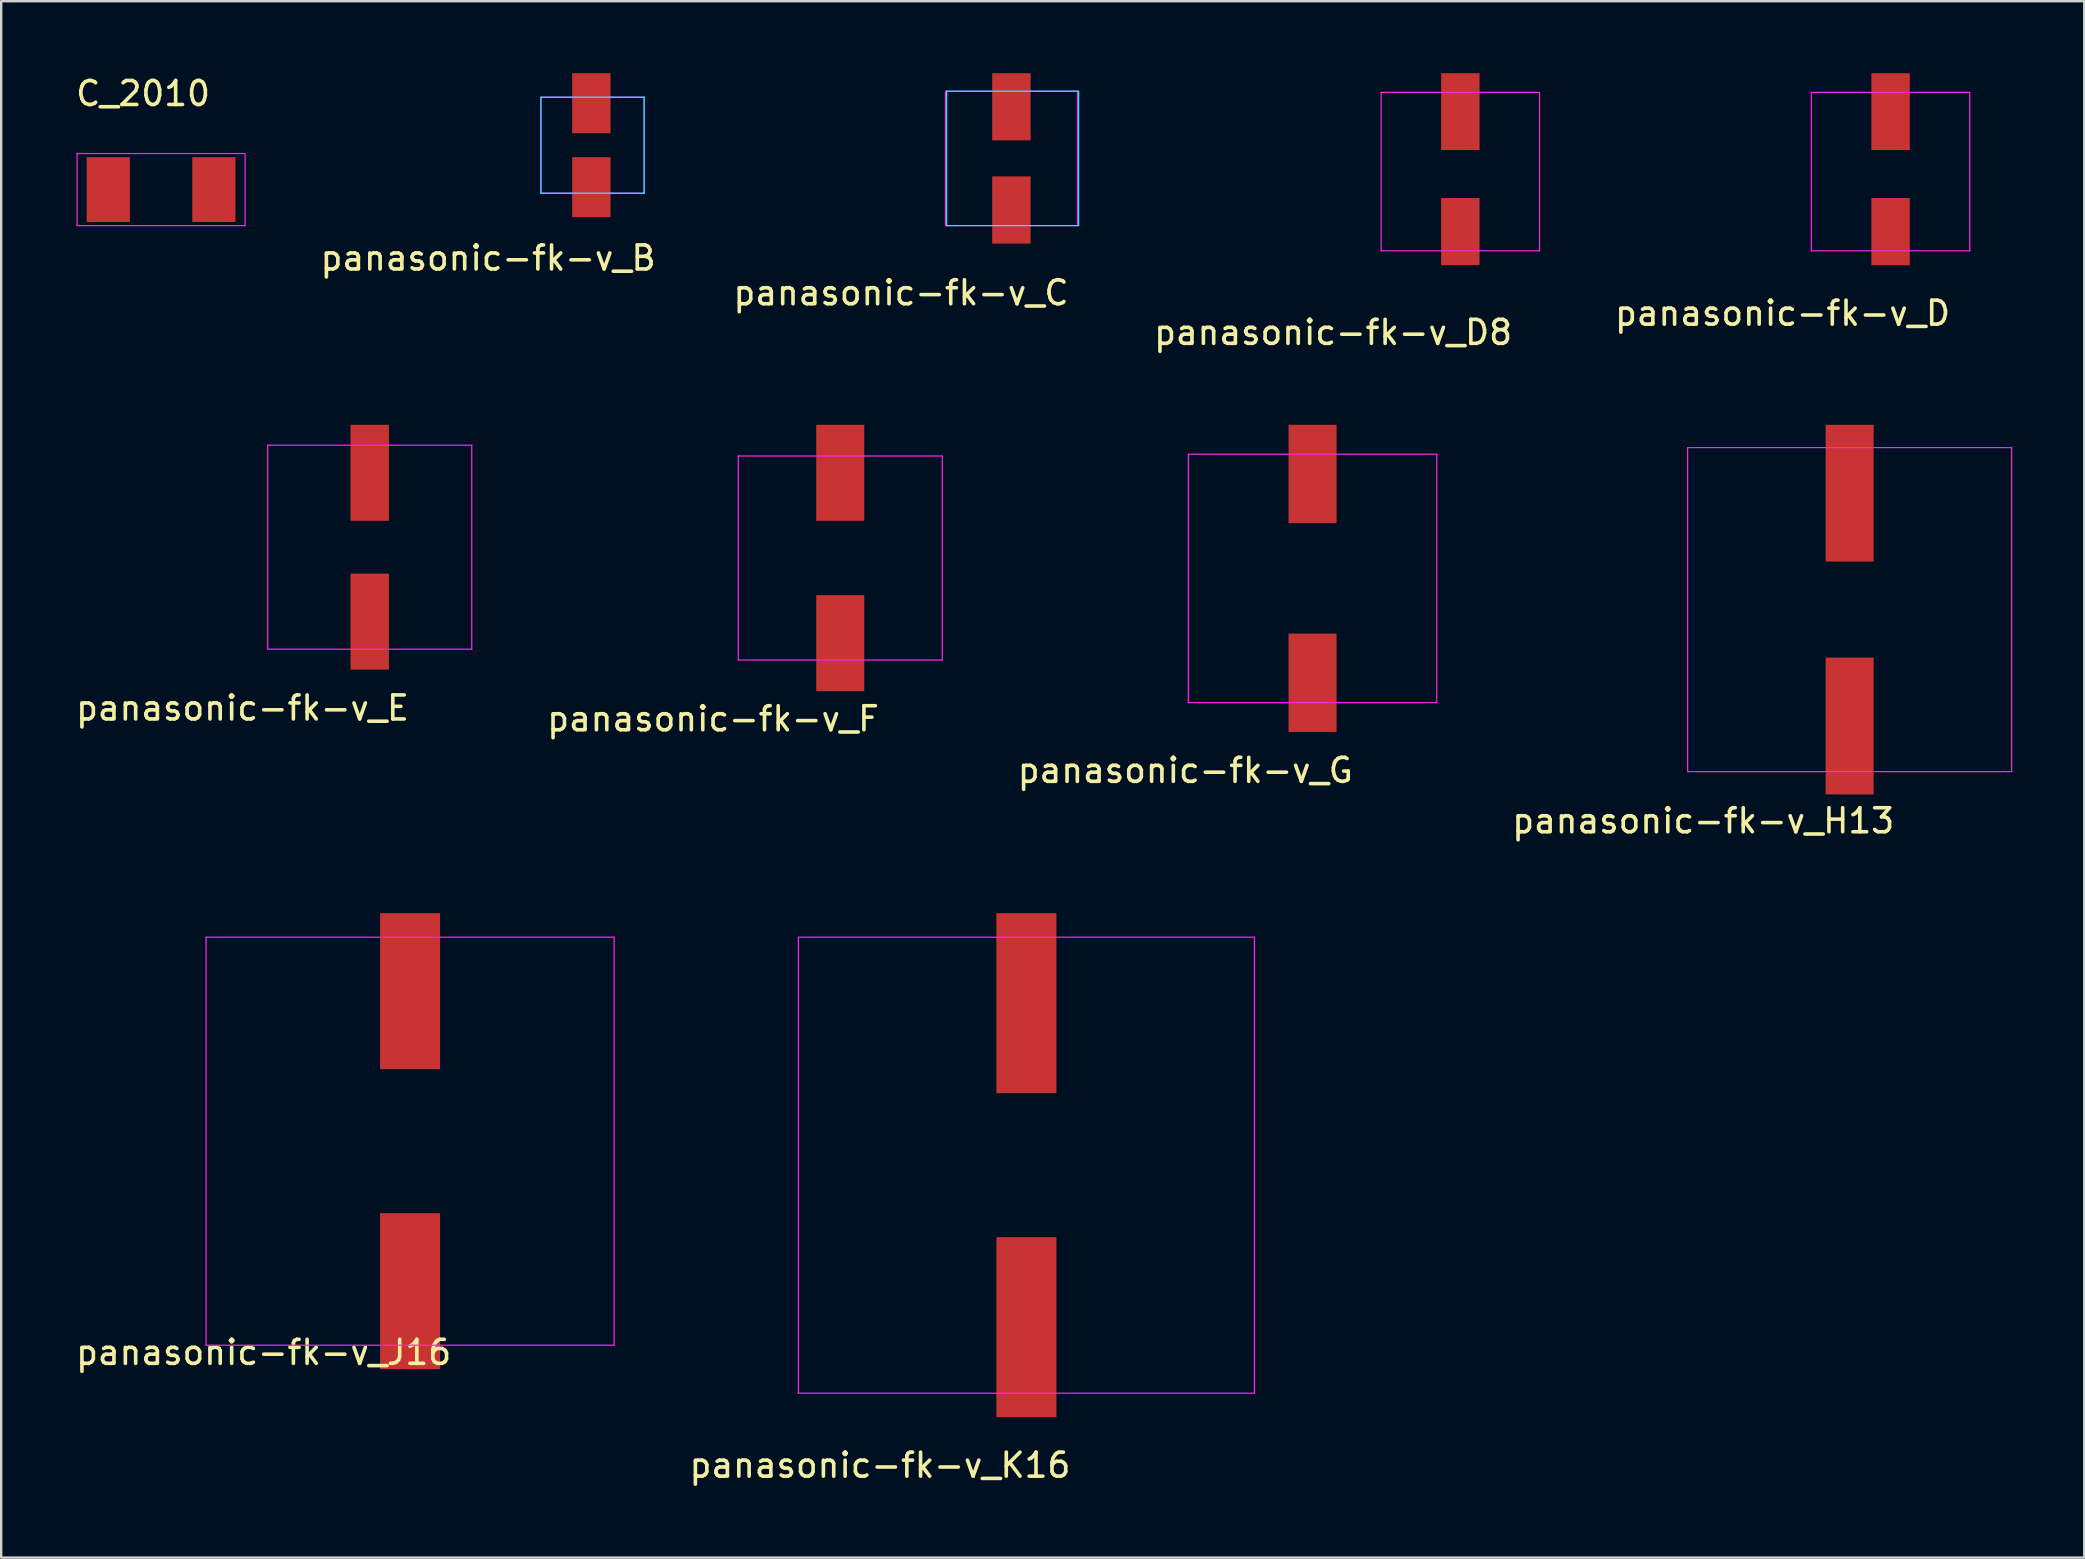
<source format=kicad_pcb>
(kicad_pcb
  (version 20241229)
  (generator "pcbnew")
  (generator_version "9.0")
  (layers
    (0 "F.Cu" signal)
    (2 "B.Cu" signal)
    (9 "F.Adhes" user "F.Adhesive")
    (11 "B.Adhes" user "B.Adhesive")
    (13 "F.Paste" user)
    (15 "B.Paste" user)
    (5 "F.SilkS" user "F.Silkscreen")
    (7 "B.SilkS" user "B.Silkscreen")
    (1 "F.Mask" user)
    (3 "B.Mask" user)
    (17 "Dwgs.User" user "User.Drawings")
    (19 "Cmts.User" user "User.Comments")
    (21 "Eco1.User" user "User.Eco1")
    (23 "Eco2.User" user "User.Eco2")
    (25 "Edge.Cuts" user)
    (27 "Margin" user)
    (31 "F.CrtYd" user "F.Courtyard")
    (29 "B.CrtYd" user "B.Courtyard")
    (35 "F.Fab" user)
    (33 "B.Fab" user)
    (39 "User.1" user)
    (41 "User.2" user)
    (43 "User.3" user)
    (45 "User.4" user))
  (footprint "panasonic-fk-v_B"
    (layer "F.Cu")
    (at 21.587 3)
    (property "Reference" "panasonic-fk-v_B" (at -4.3 4.7 0) (layer "F.SilkS") (effects (font (size 1 1) (thickness 0.15))))
    (attr through_hole)
    (fp_line (start -2.1 -2) (end 2.2 -2) (stroke (width 0.05) (type solid)) (layer "B.CrtYd"))
    (fp_line (start -2.1 2) (end -2.1 -2) (stroke (width 0.05) (type solid)) (layer "B.CrtYd"))
    (fp_line (start 2.2 -2) (end 2.2 2) (stroke (width 0.05) (type solid)) (layer "B.CrtYd"))
    (fp_line (start 2.2 2) (end -2.1 2) (stroke (width 0.05) (type solid)) (layer "B.CrtYd"))
    (fp_line (start -2.1 -2) (end -2.1 2) (stroke (width 0.05) (type solid)) (layer "F.CrtYd"))
    (fp_line (start -2.1 -2) (end 2.2 -2) (stroke (width 0.05) (type solid)) (layer "F.CrtYd"))
    (fp_line (start -2.1 2) (end 2.2 2) (stroke (width 0.05) (type solid)) (layer "F.CrtYd"))
    (fp_line (start 2.2 -2) (end 2.2 2) (stroke (width 0.05) (type solid)) (layer "F.CrtYd"))
    (pad "1" smd rect (at 0 -1.75) (size 1.6 2.5) (layers "F.Cu" "F.Mask" "F.Paste"))
    (pad "2" smd rect (at 0 1.75) (size 1.6 2.5) (layers "F.Cu" "F.Mask" "F.Paste")))
  (footprint "panasonic-fk-v_D8"
    (layer "F.Cu")
    (at 57.792 4.1)
    (property "Reference" "panasonic-fk-v_D8" (at -5.3 6.7 0) (layer "F.SilkS") (effects (font (size 1 1) (thickness 0.15))))
    (attr through_hole)
    (fp_line (start -3.3 -3.3) (end -3.3 3.3) (stroke (width 0.05) (type solid)) (layer "F.CrtYd"))
    (fp_line (start -3.3 -3.3) (end 3.3 -3.3) (stroke (width 0.05) (type solid)) (layer "F.CrtYd"))
    (fp_line (start -3.3 3.3) (end 3.3 3.3) (stroke (width 0.05) (type solid)) (layer "F.CrtYd"))
    (fp_line (start 3.3 -3.3) (end 3.3 3.3) (stroke (width 0.05) (type solid)) (layer "F.CrtYd"))
    (pad "1" smd rect (at 0 -2.5) (size 1.6 3.2) (layers "F.Cu" "F.Mask" "F.Paste"))
    (pad "2" smd rect (at 0 2.5) (size 1.6 2.8) (layers "F.Cu" "F.Mask" "F.Paste")))
  (footprint "panasonic-fk-v_H13"
    (layer "F.Cu")
    (at 74.012 22.348)
    (property "Reference" "panasonic-fk-v_H13" (at -6.1 8.8 0) (layer "F.SilkS") (effects (font (size 1 1) (thickness 0.15))))
    (attr through_hole)
    (fp_line (start -6.75 -6.75) (end -6.75 6.75) (stroke (width 0.05) (type solid)) (layer "F.CrtYd"))
    (fp_line (start -6.75 -6.75) (end 6.75 -6.75) (stroke (width 0.05) (type solid)) (layer "F.CrtYd"))
    (fp_line (start -6.75 6.75) (end 6.75 6.75) (stroke (width 0.05) (type solid)) (layer "F.CrtYd"))
    (fp_line (start 6.75 -6.75) (end 6.75 6.75) (stroke (width 0.05) (type solid)) (layer "F.CrtYd"))
    (pad "1" smd rect (at 0 -4.85) (size 2 5.7) (layers "F.Cu" "F.Mask" "F.Paste"))
    (pad "2" smd rect (at 0 4.85) (size 2 5.7) (layers "F.Cu" "F.Mask" "F.Paste")))
  (footprint "panasonic-fk-v_E"
    (layer "F.Cu")
    (at 12.354 19.748)
    (property "Reference" "panasonic-fk-v_E" (at -5.3 6.7 0) (layer "F.SilkS") (effects (font (size 1 1) (thickness 0.15))))
    (attr through_hole)
    (fp_line (start -4.25 -4.25) (end -4.25 4.25) (stroke (width 0.05) (type solid)) (layer "F.CrtYd"))
    (fp_line (start -4.25 -4.25) (end 4.25 -4.25) (stroke (width 0.05) (type solid)) (layer "F.CrtYd"))
    (fp_line (start -4.25 4.25) (end 4.25 4.25) (stroke (width 0.05) (type solid)) (layer "F.CrtYd"))
    (fp_line (start 4.25 -4.25) (end 4.25 4.25) (stroke (width 0.05) (type solid)) (layer "F.CrtYd"))
    (pad "1" smd rect (at 0 -3.1) (size 1.6 4) (layers "F.Cu" "F.Mask" "F.Paste"))
    (pad "2" smd rect (at 0 3.1) (size 1.6 4) (layers "F.Cu" "F.Mask" "F.Paste")))
  (footprint "panasonic-fk-v_C"
    (layer "F.Cu")
    (at 39.089 3.55)
    (property "Reference" "panasonic-fk-v_C" (at -4.6 5.6 0) (layer "F.SilkS") (effects (font (size 1 1) (thickness 0.15))))
    (attr through_hole)
    (fp_line (start -2.7 -2.8) (end 2.8 -2.8) (stroke (width 0.05) (type solid)) (layer "B.CrtYd"))
    (fp_line (start -2.7 2.8) (end -2.7 -2.8) (stroke (width 0.05) (type solid)) (layer "B.CrtYd"))
    (fp_line (start 2.8 -2.8) (end 2.8 2.8) (stroke (width 0.05) (type solid)) (layer "B.CrtYd"))
    (fp_line (start 2.8 2.8) (end -2.7 2.8) (stroke (width 0.05) (type solid)) (layer "B.CrtYd"))
    (fp_line (start -2.75 -2.8) (end 2.75 -2.8) (stroke (width 0.05) (type solid)) (layer "F.CrtYd"))
    (fp_line (start -2.75 -2.75) (end -2.75 2.75) (stroke (width 0.05) (type solid)) (layer "F.CrtYd"))
    (fp_line (start -2.75 2.8) (end 2.75 2.8) (stroke (width 0.05) (type solid)) (layer "F.CrtYd"))
    (fp_line (start 2.75 -2.75) (end 2.75 2.75) (stroke (width 0.05) (type solid)) (layer "F.CrtYd"))
    (pad "1" smd rect (at 0 -2.15) (size 1.6 2.8) (layers "F.Cu" "F.Mask" "F.Paste"))
    (pad "2" smd rect (at 0 2.15) (size 1.6 2.8) (layers "F.Cu" "F.Mask" "F.Paste")))
  (footprint "panasonic-fk-v_D"
    (layer "F.Cu")
    (at 75.718 4.1)
    (property "Reference" "panasonic-fk-v_D" (at -4.5 5.9 0) (layer "F.SilkS") (effects (font (size 1 1) (thickness 0.15))))
    (attr through_hole)
    (fp_line (start -3.3 -3.3) (end -3.3 3.3) (stroke (width 0.05) (type solid)) (layer "F.CrtYd"))
    (fp_line (start -3.3 -3.3) (end 3.3 -3.3) (stroke (width 0.05) (type solid)) (layer "F.CrtYd"))
    (fp_line (start -3.3 3.3) (end 3.3 3.3) (stroke (width 0.05) (type solid)) (layer "F.CrtYd"))
    (fp_line (start 3.3 -3.3) (end 3.3 3.3) (stroke (width 0.05) (type solid)) (layer "F.CrtYd"))
    (pad "1" smd rect (at 0 -2.5) (size 1.6 3.2) (layers "F.Cu" "F.Mask" "F.Paste"))
    (pad "2" smd rect (at 0 2.5) (size 1.6 2.8) (layers "F.Cu" "F.Mask" "F.Paste")))
  (footprint "panasonic-fk-v_F"
    (layer "F.Cu")
    (at 31.958 20.198)
    (property "Reference" "panasonic-fk-v_F" (at -5.3 6.7 0) (layer "F.SilkS") (effects (font (size 1 1) (thickness 0.15))))
    (attr through_hole)
    (fp_line (start -4.25 -4.25) (end -4.25 4.25) (stroke (width 0.05) (type solid)) (layer "F.CrtYd"))
    (fp_line (start -4.25 -4.25) (end 4.25 -4.25) (stroke (width 0.05) (type solid)) (layer "F.CrtYd"))
    (fp_line (start -4.25 4.25) (end 4.25 4.25) (stroke (width 0.05) (type solid)) (layer "F.CrtYd"))
    (fp_line (start 4.25 -4.25) (end 4.25 4.25) (stroke (width 0.05) (type solid)) (layer "F.CrtYd"))
    (pad "1" smd rect (at 0 -3.55) (size 2 4) (layers "F.Cu" "F.Mask" "F.Paste"))
    (pad "2" smd rect (at 0 3.55) (size 2 4) (layers "F.Cu" "F.Mask" "F.Paste")))
  (footprint "panasonic-fk-v_G"
    (layer "F.Cu")
    (at 51.635 21.048)
    (property "Reference" "panasonic-fk-v_G" (at -5.3 8 0) (layer "F.SilkS") (effects (font (size 1 1) (thickness 0.15))))
    (attr through_hole)
    (fp_line (start -5.175 -5.175) (end -5.175 5.175) (stroke (width 0.05) (type solid)) (layer "F.CrtYd"))
    (fp_line (start -5.175 -5.175) (end 5.175 -5.175) (stroke (width 0.05) (type solid)) (layer "F.CrtYd"))
    (fp_line (start -5.175 5.175) (end 5.175 5.175) (stroke (width 0.05) (type solid)) (layer "F.CrtYd"))
    (fp_line (start 5.175 -5.175) (end 5.175 5.175) (stroke (width 0.05) (type solid)) (layer "F.CrtYd"))
    (pad "1" smd rect (at 0 -4.35) (size 2 4.1) (layers "F.Cu" "F.Mask" "F.Paste"))
    (pad "2" smd rect (at 0 4.35) (size 2 4.1) (layers "F.Cu" "F.Mask" "F.Paste")))
  (footprint "C_2010"
    (layer "F.Cu")
    (at 3.661 4.848)
    (property "Reference" "C_2010" (at -0.75 -4 0) (layer "F.SilkS") (effects (font (size 1 1) (thickness 0.15))))
    (attr through_hole)
    (fp_line (start -3.5 -1.5) (end 3.5 -1.5) (stroke (width 0.05) (type solid)) (layer "F.CrtYd"))
    (fp_line (start -3.5 1.5) (end -3.5 -1.5) (stroke (width 0.05) (type solid)) (layer "F.CrtYd"))
    (fp_line (start 3.5 -1.5) (end 3.5 1.5) (stroke (width 0.05) (type solid)) (layer "F.CrtYd"))
    (fp_line (start 3.5 1.5) (end -3.5 1.5) (stroke (width 0.05) (type solid)) (layer "F.CrtYd"))
    (pad "1" smd rect (at -2.2 0) (size 1.8 2.7) (layers "F.Cu" "F.Mask" "F.Paste"))
    (pad "2" smd rect (at 2.2 0) (size 1.8 2.7) (layers "F.Cu" "F.Mask" "F.Paste")))
  (footprint "panasonic-fk-v_J16"
    (layer "F.Cu")
    (at 14.035 44.496)
    (property "Reference" "panasonic-fk-v_J16" (at -6.1 8.8 0) (layer "F.SilkS") (effects (font (size 1 1) (thickness 0.15))))
    (attr through_hole)
    (fp_line (start -8.5 -8.5) (end -8.5 8.5) (stroke (width 0.05) (type solid)) (layer "F.CrtYd"))
    (fp_line (start -8.5 -8.5) (end 8.5 -8.5) (stroke (width 0.05) (type solid)) (layer "F.CrtYd"))
    (fp_line (start -8.5 8.5) (end 8.5 8.5) (stroke (width 0.05) (type solid)) (layer "F.CrtYd"))
    (fp_line (start 8.5 -8.5) (end 8.5 8.5) (stroke (width 0.05) (type solid)) (layer "F.CrtYd"))
    (pad "1" smd rect (at 0 -6.25) (size 2.5 6.5) (layers "F.Cu" "F.Mask" "F.Paste"))
    (pad "2" smd rect (at 0 6.25) (size 2.5 6.5) (layers "F.Cu" "F.Mask" "F.Paste")))
  (footprint "panasonic-fk-v_K16"
    (layer "F.Cu")
    (at 39.713 45.496)
    (property "Reference" "panasonic-fk-v_K16" (at -6.1 12.5 0) (layer "F.SilkS") (effects (font (size 1 1) (thickness 0.15))))
    (attr through_hole)
    (fp_line (start -9.5 -9.5) (end -9.5 9.5) (stroke (width 0.05) (type solid)) (layer "F.CrtYd"))
    (fp_line (start -9.5 -9.5) (end 9.5 -9.5) (stroke (width 0.05) (type solid)) (layer "F.CrtYd"))
    (fp_line (start -9.5 9.5) (end 9.5 9.5) (stroke (width 0.05) (type solid)) (layer "F.CrtYd"))
    (fp_line (start 9.5 -9.5) (end 9.5 9.5) (stroke (width 0.05) (type solid)) (layer "F.CrtYd"))
    (pad "1" smd rect (at 0 -6.75) (size 2.5 7.5) (layers "F.Cu" "F.Mask" "F.Paste"))
    (pad "2" smd rect (at 0 6.75) (size 2.5 7.5) (layers "F.Cu" "F.Mask" "F.Paste")))
  (gr_rect
    (start -3 -3)
    (end 83.787 61.845)
    (stroke (width 0.1) (type default))
    (fill no)
    (layer "Edge.Cuts")))
</source>
